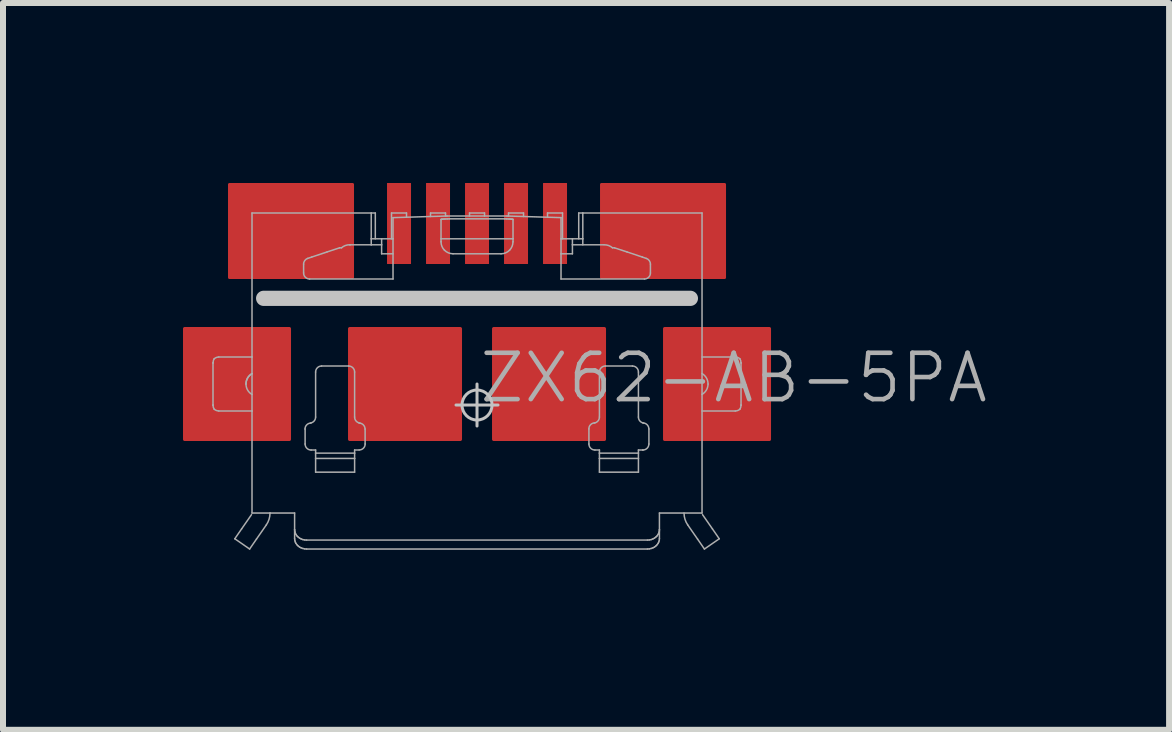
<source format=kicad_pcb>
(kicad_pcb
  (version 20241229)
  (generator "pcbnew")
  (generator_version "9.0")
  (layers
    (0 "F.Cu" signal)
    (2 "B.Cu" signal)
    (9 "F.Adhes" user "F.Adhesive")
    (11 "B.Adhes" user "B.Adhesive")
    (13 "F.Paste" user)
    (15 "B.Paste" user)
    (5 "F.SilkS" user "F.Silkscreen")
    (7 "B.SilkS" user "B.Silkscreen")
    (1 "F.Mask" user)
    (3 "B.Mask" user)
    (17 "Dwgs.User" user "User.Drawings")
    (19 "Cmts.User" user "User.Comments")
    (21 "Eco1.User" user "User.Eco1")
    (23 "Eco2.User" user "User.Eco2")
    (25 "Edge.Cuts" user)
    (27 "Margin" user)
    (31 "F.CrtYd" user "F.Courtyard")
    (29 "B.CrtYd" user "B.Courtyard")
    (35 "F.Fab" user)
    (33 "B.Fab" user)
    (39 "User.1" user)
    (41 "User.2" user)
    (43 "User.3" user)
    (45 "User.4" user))
  (footprint "ZX62-AB-5PA"
    (layer "F.Cu")
    (at 4.9 3.7)
    (property "Reference" "ZX62-AB-5PA" (at 0 0 180) (layer "F.Fab") (effects (font (size 0.772 0.772) (thickness 0.077)) (justify left bottom)))
    (attr through_hole)
    (fp_line (start -3.556 -1.778) (end 3.556 -1.778) (stroke (width 0.254) (type solid)) (layer "Dwgs.User"))
    (fp_line (start 0 -0.35) (end 0 0.35) (stroke (width 0.05) (type solid)) (layer "Dwgs.User"))
    (fp_line (start 0.35 0) (end -0.35 0) (stroke (width 0.05) (type solid)) (layer "Dwgs.User"))
    (fp_circle (center 0 0) (end 0.25 0) (stroke (width 0.05) (type solid)) (fill no) (layer "Dwgs.User"))
    (fp_line (start -4.4 0) (end -4.4 -0.7) (stroke (width 0.025) (type solid)) (layer "F.Fab"))
    (fp_line (start -4.304 -0.8) (end -3.75 -0.8) (stroke (width 0.025) (type solid)) (layer "F.Fab"))
    (fp_line (start -4.037 2.229) (end -3.79 2.4) (stroke (width 0.025) (type solid)) (layer "F.Fab"))
    (fp_line (start -3.923 2.064) (end -4.037 2.229) (stroke (width 0.025) (type solid)) (layer "F.Fab"))
    (fp_line (start -3.79 2.4) (end -3.676 2.235) (stroke (width 0.025) (type solid)) (layer "F.Fab"))
    (fp_line (start -3.759 1.828) (end -3.923 2.064) (stroke (width 0.025) (type solid)) (layer "F.Fab"))
    (fp_line (start -3.75 -3.2) (end -3.75 -0.8) (stroke (width 0.025) (type solid)) (layer "F.Fab"))
    (fp_line (start -3.75 -0.8) (end -3.75 -0.524) (stroke (width 0.025) (type solid)) (layer "F.Fab"))
    (fp_line (start -3.75 -0.524) (end -3.75 -0.523) (stroke (width 0.025) (type solid)) (layer "F.Fab"))
    (fp_line (start -3.75 -0.523) (end -3.75 0.1) (stroke (width 0.025) (type solid)) (layer "F.Fab"))
    (fp_line (start -3.75 0.1) (end -4.304 0.1) (stroke (width 0.025) (type solid)) (layer "F.Fab"))
    (fp_line (start -3.75 0.1) (end -3.75 1.8) (stroke (width 0.025) (type solid)) (layer "F.Fab"))
    (fp_line (start -3.75 1.8) (end -3.45 1.8) (stroke (width 0.025) (type solid)) (layer "F.Fab"))
    (fp_line (start -3.676 2.235) (end -3.512 1.999) (stroke (width 0.025) (type solid)) (layer "F.Fab"))
    (fp_line (start -3.45 1.8) (end -3.04 1.8) (stroke (width 0.025) (type solid)) (layer "F.Fab"))
    (fp_line (start -3.04 1.8) (end -3.04 2.077) (stroke (width 0.025) (type solid)) (layer "F.Fab"))
    (fp_line (start -3.04 2.077) (end -3.04 2.226) (stroke (width 0.025) (type solid)) (layer "F.Fab"))
    (fp_line (start -3.04 2.226) (end -3.037 2.253) (stroke (width 0.025) (type solid)) (layer "F.Fab"))
    (fp_line (start -3.037 2.105) (end -3.04 2.077) (stroke (width 0.025) (type solid)) (layer "F.Fab"))
    (fp_line (start -3.037 2.253) (end -3.03 2.28) (stroke (width 0.025) (type solid)) (layer "F.Fab"))
    (fp_line (start -3.03 2.131) (end -3.037 2.105) (stroke (width 0.025) (type solid)) (layer "F.Fab"))
    (fp_line (start -3.03 2.28) (end -3.018 2.305) (stroke (width 0.025) (type solid)) (layer "F.Fab"))
    (fp_line (start -3.018 2.156) (end -3.03 2.131) (stroke (width 0.025) (type solid)) (layer "F.Fab"))
    (fp_line (start -3.018 2.305) (end -3.002 2.328) (stroke (width 0.025) (type solid)) (layer "F.Fab"))
    (fp_line (start -3.002 2.18) (end -3.018 2.156) (stroke (width 0.025) (type solid)) (layer "F.Fab"))
    (fp_line (start -3.002 2.328) (end -2.981 2.349) (stroke (width 0.025) (type solid)) (layer "F.Fab"))
    (fp_line (start -2.981 2.2) (end -3.002 2.18) (stroke (width 0.025) (type solid)) (layer "F.Fab"))
    (fp_line (start -2.981 2.349) (end -2.958 2.367) (stroke (width 0.025) (type solid)) (layer "F.Fab"))
    (fp_line (start -2.958 2.218) (end -2.981 2.2) (stroke (width 0.025) (type solid)) (layer "F.Fab"))
    (fp_line (start -2.958 2.367) (end -2.931 2.381) (stroke (width 0.025) (type solid)) (layer "F.Fab"))
    (fp_line (start -2.931 2.232) (end -2.958 2.218) (stroke (width 0.025) (type solid)) (layer "F.Fab"))
    (fp_line (start -2.931 2.381) (end -2.902 2.391) (stroke (width 0.025) (type solid)) (layer "F.Fab"))
    (fp_line (start -2.902 2.243) (end -2.931 2.232) (stroke (width 0.025) (type solid)) (layer "F.Fab"))
    (fp_line (start -2.902 2.391) (end -2.871 2.398) (stroke (width 0.025) (type solid)) (layer "F.Fab"))
    (fp_line (start -2.89 -2.348) (end -2.89 -2.2) (stroke (width 0.025) (type solid)) (layer "F.Fab"))
    (fp_line (start -2.871 2.249) (end -2.902 2.243) (stroke (width 0.025) (type solid)) (layer "F.Fab"))
    (fp_line (start -2.871 2.398) (end -2.84 2.4) (stroke (width 0.025) (type solid)) (layer "F.Fab"))
    (fp_line (start -2.865 0.65) (end -2.865 0.4) (stroke (width 0.025) (type solid)) (layer "F.Fab"))
    (fp_line (start -2.84 2.251) (end -2.871 2.249) (stroke (width 0.025) (type solid)) (layer "F.Fab"))
    (fp_line (start -2.84 2.4) (end 2.84 2.4) (stroke (width 0.025) (type solid)) (layer "F.Fab"))
    (fp_line (start -2.79 -2.1) (end -1.4 -2.1) (stroke (width 0.025) (type solid)) (layer "F.Fab"))
    (fp_line (start -2.755 -2.466) (end -2.822 -2.443) (stroke (width 0.025) (type solid)) (layer "F.Fab"))
    (fp_line (start -2.69 0.201) (end -2.69 -0.55) (stroke (width 0.025) (type solid)) (layer "F.Fab"))
    (fp_line (start -2.69 0.75) (end -2.765 0.75) (stroke (width 0.025) (type solid)) (layer "F.Fab"))
    (fp_line (start -2.69 0.802) (end -2.69 0.75) (stroke (width 0.025) (type solid)) (layer "F.Fab"))
    (fp_line (start -2.69 0.89) (end -2.69 0.802) (stroke (width 0.025) (type solid)) (layer "F.Fab"))
    (fp_line (start -2.69 1.119) (end -2.69 0.89) (stroke (width 0.025) (type solid)) (layer "F.Fab"))
    (fp_line (start -2.59 -0.65) (end -2.14 -0.65) (stroke (width 0.025) (type solid)) (layer "F.Fab"))
    (fp_line (start -2.5 -2.551) (end -2.755 -2.466) (stroke (width 0.025) (type solid)) (layer "F.Fab"))
    (fp_line (start -2.29 -2.62) (end -2.5 -2.551) (stroke (width 0.025) (type solid)) (layer "F.Fab"))
    (fp_line (start -2.258 -2.62) (end -2.29 -2.62) (stroke (width 0.025) (type solid)) (layer "F.Fab"))
    (fp_line (start -2.04 -0.55) (end -2.04 0.201) (stroke (width 0.025) (type solid)) (layer "F.Fab"))
    (fp_line (start -2.04 0.75) (end -2.04 0.802) (stroke (width 0.025) (type solid)) (layer "F.Fab"))
    (fp_line (start -2.04 0.802) (end -2.69 0.802) (stroke (width 0.025) (type solid)) (layer "F.Fab"))
    (fp_line (start -2.04 0.802) (end -2.04 0.89) (stroke (width 0.025) (type solid)) (layer "F.Fab"))
    (fp_line (start -2.04 0.89) (end -2.69 0.89) (stroke (width 0.025) (type solid)) (layer "F.Fab"))
    (fp_line (start -2.04 0.89) (end -2.04 1.119) (stroke (width 0.025) (type solid)) (layer "F.Fab"))
    (fp_line (start -2.04 1.119) (end -2.69 1.119) (stroke (width 0.025) (type solid)) (layer "F.Fab"))
    (fp_line (start -1.965 0.75) (end -2.04 0.75) (stroke (width 0.025) (type solid)) (layer "F.Fab"))
    (fp_line (start -1.865 0.4) (end -1.865 0.65) (stroke (width 0.025) (type solid)) (layer "F.Fab"))
    (fp_line (start -1.763 -3.2) (end -3.75 -3.2) (stroke (width 0.025) (type solid)) (layer "F.Fab"))
    (fp_line (start -1.763 -3.2) (end -1.695 -3.2) (stroke (width 0.025) (type solid)) (layer "F.Fab"))
    (fp_line (start -1.763 -2.77) (end -1.763 -3.2) (stroke (width 0.025) (type solid)) (layer "F.Fab"))
    (fp_line (start -1.763 -2.77) (end -1.763 -2.67) (stroke (width 0.025) (type solid)) (layer "F.Fab"))
    (fp_line (start -1.763 -2.77) (end -1.59 -2.77) (stroke (width 0.025) (type solid)) (layer "F.Fab"))
    (fp_line (start -1.763 -2.67) (end -2.112 -2.67) (stroke (width 0.025) (type solid)) (layer "F.Fab"))
    (fp_line (start -1.695 -3.2) (end -1.695 -2.77) (stroke (width 0.025) (type solid)) (layer "F.Fab"))
    (fp_line (start -1.59 -2.77) (end -1.59 -2.67) (stroke (width 0.025) (type solid)) (layer "F.Fab"))
    (fp_line (start -1.59 -2.77) (end -1.4 -2.77) (stroke (width 0.025) (type solid)) (layer "F.Fab"))
    (fp_line (start -1.59 -2.67) (end -1.763 -2.67) (stroke (width 0.025) (type solid)) (layer "F.Fab"))
    (fp_line (start -1.59 -2.52) (end -1.59 -2.67) (stroke (width 0.025) (type solid)) (layer "F.Fab"))
    (fp_line (start -1.425 -3.2) (end -1.175 -3.2) (stroke (width 0.025) (type solid)) (layer "F.Fab"))
    (fp_line (start -1.425 -2.77) (end -1.425 -3.2) (stroke (width 0.025) (type solid)) (layer "F.Fab"))
    (fp_line (start -1.4 -3.123) (end -1.4 -2.77) (stroke (width 0.025) (type solid)) (layer "F.Fab"))
    (fp_line (start -1.4 -2.52) (end -1.59 -2.52) (stroke (width 0.025) (type solid)) (layer "F.Fab"))
    (fp_line (start -1.4 -2.1) (end -1.4 -2.77) (stroke (width 0.025) (type solid)) (layer "F.Fab"))
    (fp_line (start -1.175 -3.13) (end -1.175 -3.2) (stroke (width 0.025) (type solid)) (layer "F.Fab"))
    (fp_line (start -0.775 -3.2) (end -0.775 -3.142) (stroke (width 0.025) (type solid)) (layer "F.Fab"))
    (fp_line (start -0.775 -3.2) (end -0.525 -3.2) (stroke (width 0.025) (type solid)) (layer "F.Fab"))
    (fp_line (start -0.6 -3.092) (end -0.597 -3.094) (stroke (width 0.025) (type solid)) (layer "F.Fab"))
    (fp_line (start -0.6 -2.77) (end -0.6 -3.092) (stroke (width 0.025) (type solid)) (layer "F.Fab"))
    (fp_line (start -0.6 -2.77) (end 0.6 -2.77) (stroke (width 0.025) (type solid)) (layer "F.Fab"))
    (fp_line (start -0.6 -2.72) (end -0.6 -2.77) (stroke (width 0.025) (type solid)) (layer "F.Fab"))
    (fp_line (start -0.597 -3.094) (end -0.59 -3.096) (stroke (width 0.025) (type solid)) (layer "F.Fab"))
    (fp_line (start -0.59 -3.096) (end -0.578 -3.097) (stroke (width 0.025) (type solid)) (layer "F.Fab"))
    (fp_line (start -0.578 -3.097) (end -0.562 -3.099) (stroke (width 0.025) (type solid)) (layer "F.Fab"))
    (fp_line (start -0.562 -3.099) (end -0.541 -3.1) (stroke (width 0.025) (type solid)) (layer "F.Fab"))
    (fp_line (start -0.541 -3.1) (end -0.518 -3.101) (stroke (width 0.025) (type solid)) (layer "F.Fab"))
    (fp_line (start -0.525 -3.15) (end -0.525 -3.2) (stroke (width 0.025) (type solid)) (layer "F.Fab"))
    (fp_line (start -0.518 -3.101) (end -0.491 -3.102) (stroke (width 0.025) (type solid)) (layer "F.Fab"))
    (fp_line (start -0.5 -3.15) (end -1.4 -3.123) (stroke (width 0.025) (type solid)) (layer "F.Fab"))
    (fp_line (start -0.491 -3.102) (end -0.462 -3.103) (stroke (width 0.025) (type solid)) (layer "F.Fab"))
    (fp_line (start -0.462 -3.103) (end 0.462 -3.103) (stroke (width 0.025) (type solid)) (layer "F.Fab"))
    (fp_line (start -0.125 -3.2) (end -0.125 -3.15) (stroke (width 0.025) (type solid)) (layer "F.Fab"))
    (fp_line (start -0.125 -3.2) (end 0.125 -3.2) (stroke (width 0.025) (type solid)) (layer "F.Fab"))
    (fp_line (start 0.125 -3.15) (end 0.125 -3.2) (stroke (width 0.025) (type solid)) (layer "F.Fab"))
    (fp_line (start 0.4 -2.52) (end -0.4 -2.52) (stroke (width 0.025) (type solid)) (layer "F.Fab"))
    (fp_line (start 0.462 -3.103) (end 0.491 -3.102) (stroke (width 0.025) (type solid)) (layer "F.Fab"))
    (fp_line (start 0.491 -3.102) (end 0.518 -3.101) (stroke (width 0.025) (type solid)) (layer "F.Fab"))
    (fp_line (start 0.5 -3.15) (end -0.5 -3.15) (stroke (width 0.025) (type solid)) (layer "F.Fab"))
    (fp_line (start 0.518 -3.101) (end 0.541 -3.1) (stroke (width 0.025) (type solid)) (layer "F.Fab"))
    (fp_line (start 0.525 -3.2) (end 0.525 -3.15) (stroke (width 0.025) (type solid)) (layer "F.Fab"))
    (fp_line (start 0.525 -3.2) (end 0.775 -3.2) (stroke (width 0.025) (type solid)) (layer "F.Fab"))
    (fp_line (start 0.541 -3.1) (end 0.562 -3.099) (stroke (width 0.025) (type solid)) (layer "F.Fab"))
    (fp_line (start 0.562 -3.099) (end 0.578 -3.097) (stroke (width 0.025) (type solid)) (layer "F.Fab"))
    (fp_line (start 0.578 -3.097) (end 0.59 -3.096) (stroke (width 0.025) (type solid)) (layer "F.Fab"))
    (fp_line (start 0.59 -3.096) (end 0.598 -3.094) (stroke (width 0.025) (type solid)) (layer "F.Fab"))
    (fp_line (start 0.598 -3.094) (end 0.6 -3.092) (stroke (width 0.025) (type solid)) (layer "F.Fab"))
    (fp_line (start 0.6 -3.092) (end 0.6 -2.77) (stroke (width 0.025) (type solid)) (layer "F.Fab"))
    (fp_line (start 0.6 -2.77) (end 0.6 -2.72) (stroke (width 0.025) (type solid)) (layer "F.Fab"))
    (fp_line (start 0.775 -3.142) (end 0.775 -3.2) (stroke (width 0.025) (type solid)) (layer "F.Fab"))
    (fp_line (start 1.175 -3.2) (end 1.175 -3.13) (stroke (width 0.025) (type solid)) (layer "F.Fab"))
    (fp_line (start 1.175 -3.2) (end 1.425 -3.2) (stroke (width 0.025) (type solid)) (layer "F.Fab"))
    (fp_line (start 1.4 -3.123) (end 0.5 -3.15) (stroke (width 0.025) (type solid)) (layer "F.Fab"))
    (fp_line (start 1.4 -2.77) (end 1.4 -3.123) (stroke (width 0.025) (type solid)) (layer "F.Fab"))
    (fp_line (start 1.4 -2.77) (end 1.59 -2.77) (stroke (width 0.025) (type solid)) (layer "F.Fab"))
    (fp_line (start 1.4 -2.52) (end 1.4 -2.77) (stroke (width 0.025) (type solid)) (layer "F.Fab"))
    (fp_line (start 1.4 -2.1) (end 1.4 -2.52) (stroke (width 0.025) (type solid)) (layer "F.Fab"))
    (fp_line (start 1.425 -3.2) (end 1.425 -2.77) (stroke (width 0.025) (type solid)) (layer "F.Fab"))
    (fp_line (start 1.59 -2.77) (end 1.59 -2.67) (stroke (width 0.025) (type solid)) (layer "F.Fab"))
    (fp_line (start 1.59 -2.67) (end 1.59 -2.52) (stroke (width 0.025) (type solid)) (layer "F.Fab"))
    (fp_line (start 1.59 -2.67) (end 2.112 -2.67) (stroke (width 0.025) (type solid)) (layer "F.Fab"))
    (fp_line (start 1.59 -2.52) (end 1.4 -2.52) (stroke (width 0.025) (type solid)) (layer "F.Fab"))
    (fp_line (start 1.695 -3.2) (end 1.695 -2.77) (stroke (width 0.025) (type solid)) (layer "F.Fab"))
    (fp_line (start 1.763 -3.2) (end 1.695 -3.2) (stroke (width 0.025) (type solid)) (layer "F.Fab"))
    (fp_line (start 1.763 -3.2) (end 1.763 -2.77) (stroke (width 0.025) (type solid)) (layer "F.Fab"))
    (fp_line (start 1.763 -2.77) (end 1.59 -2.77) (stroke (width 0.025) (type solid)) (layer "F.Fab"))
    (fp_line (start 1.763 -2.77) (end 1.763 -2.67) (stroke (width 0.025) (type solid)) (layer "F.Fab"))
    (fp_line (start 1.865 0.65) (end 1.865 0.4) (stroke (width 0.025) (type solid)) (layer "F.Fab"))
    (fp_line (start 2.04 0.201) (end 2.04 -0.55) (stroke (width 0.025) (type solid)) (layer "F.Fab"))
    (fp_line (start 2.04 0.75) (end 1.965 0.75) (stroke (width 0.025) (type solid)) (layer "F.Fab"))
    (fp_line (start 2.04 0.802) (end 2.04 0.75) (stroke (width 0.025) (type solid)) (layer "F.Fab"))
    (fp_line (start 2.04 0.802) (end 2.69 0.802) (stroke (width 0.025) (type solid)) (layer "F.Fab"))
    (fp_line (start 2.04 0.89) (end 2.04 0.802) (stroke (width 0.025) (type solid)) (layer "F.Fab"))
    (fp_line (start 2.04 0.89) (end 2.69 0.89) (stroke (width 0.025) (type solid)) (layer "F.Fab"))
    (fp_line (start 2.04 1.119) (end 2.04 0.89) (stroke (width 0.025) (type solid)) (layer "F.Fab"))
    (fp_line (start 2.14 -0.65) (end 2.59 -0.65) (stroke (width 0.025) (type solid)) (layer "F.Fab"))
    (fp_line (start 2.258 -2.62) (end 2.29 -2.62) (stroke (width 0.025) (type solid)) (layer "F.Fab"))
    (fp_line (start 2.29 -2.62) (end 2.5 -2.551) (stroke (width 0.025) (type solid)) (layer "F.Fab"))
    (fp_line (start 2.5 -2.551) (end 2.755 -2.466) (stroke (width 0.025) (type solid)) (layer "F.Fab"))
    (fp_line (start 2.69 -0.55) (end 2.69 0.201) (stroke (width 0.025) (type solid)) (layer "F.Fab"))
    (fp_line (start 2.69 0.75) (end 2.69 0.802) (stroke (width 0.025) (type solid)) (layer "F.Fab"))
    (fp_line (start 2.69 0.802) (end 2.69 0.89) (stroke (width 0.025) (type solid)) (layer "F.Fab"))
    (fp_line (start 2.69 0.89) (end 2.69 1.119) (stroke (width 0.025) (type solid)) (layer "F.Fab"))
    (fp_line (start 2.69 1.119) (end 2.04 1.119) (stroke (width 0.025) (type solid)) (layer "F.Fab"))
    (fp_line (start 2.755 -2.466) (end 2.822 -2.443) (stroke (width 0.025) (type solid)) (layer "F.Fab"))
    (fp_line (start 2.764 0.75) (end 2.69 0.75) (stroke (width 0.025) (type solid)) (layer "F.Fab"))
    (fp_line (start 2.765 0.75) (end 2.764 0.75) (stroke (width 0.025) (type solid)) (layer "F.Fab"))
    (fp_line (start 2.79 -2.1) (end 1.4 -2.1) (stroke (width 0.025) (type solid)) (layer "F.Fab"))
    (fp_line (start 2.84 2.251) (end -2.84 2.251) (stroke (width 0.025) (type solid)) (layer "F.Fab"))
    (fp_line (start 2.84 2.4) (end 2.871 2.398) (stroke (width 0.025) (type solid)) (layer "F.Fab"))
    (fp_line (start 2.865 0.4) (end 2.865 0.65) (stroke (width 0.025) (type solid)) (layer "F.Fab"))
    (fp_line (start 2.871 2.249) (end 2.84 2.251) (stroke (width 0.025) (type solid)) (layer "F.Fab"))
    (fp_line (start 2.871 2.398) (end 2.902 2.391) (stroke (width 0.025) (type solid)) (layer "F.Fab"))
    (fp_line (start 2.89 -2.348) (end 2.89 -2.2) (stroke (width 0.025) (type solid)) (layer "F.Fab"))
    (fp_line (start 2.902 2.243) (end 2.871 2.249) (stroke (width 0.025) (type solid)) (layer "F.Fab"))
    (fp_line (start 2.902 2.391) (end 2.931 2.381) (stroke (width 0.025) (type solid)) (layer "F.Fab"))
    (fp_line (start 2.931 2.232) (end 2.902 2.243) (stroke (width 0.025) (type solid)) (layer "F.Fab"))
    (fp_line (start 2.931 2.381) (end 2.958 2.367) (stroke (width 0.025) (type solid)) (layer "F.Fab"))
    (fp_line (start 2.958 2.218) (end 2.931 2.232) (stroke (width 0.025) (type solid)) (layer "F.Fab"))
    (fp_line (start 2.958 2.367) (end 2.981 2.349) (stroke (width 0.025) (type solid)) (layer "F.Fab"))
    (fp_line (start 2.981 2.2) (end 2.958 2.218) (stroke (width 0.025) (type solid)) (layer "F.Fab"))
    (fp_line (start 2.981 2.349) (end 3.002 2.328) (stroke (width 0.025) (type solid)) (layer "F.Fab"))
    (fp_line (start 3.002 2.18) (end 2.981 2.2) (stroke (width 0.025) (type solid)) (layer "F.Fab"))
    (fp_line (start 3.002 2.328) (end 3.018 2.305) (stroke (width 0.025) (type solid)) (layer "F.Fab"))
    (fp_line (start 3.018 2.156) (end 3.002 2.18) (stroke (width 0.025) (type solid)) (layer "F.Fab"))
    (fp_line (start 3.018 2.305) (end 3.03 2.28) (stroke (width 0.025) (type solid)) (layer "F.Fab"))
    (fp_line (start 3.03 2.131) (end 3.018 2.156) (stroke (width 0.025) (type solid)) (layer "F.Fab"))
    (fp_line (start 3.03 2.28) (end 3.038 2.253) (stroke (width 0.025) (type solid)) (layer "F.Fab"))
    (fp_line (start 3.038 2.105) (end 3.03 2.131) (stroke (width 0.025) (type solid)) (layer "F.Fab"))
    (fp_line (start 3.038 2.253) (end 3.04 2.226) (stroke (width 0.025) (type solid)) (layer "F.Fab"))
    (fp_line (start 3.04 1.8) (end 3.75 1.8) (stroke (width 0.025) (type solid)) (layer "F.Fab"))
    (fp_line (start 3.04 2.077) (end 3.038 2.105) (stroke (width 0.025) (type solid)) (layer "F.Fab"))
    (fp_line (start 3.04 2.077) (end 3.04 1.8) (stroke (width 0.025) (type solid)) (layer "F.Fab"))
    (fp_line (start 3.04 2.226) (end 3.04 2.077) (stroke (width 0.025) (type solid)) (layer "F.Fab"))
    (fp_line (start 3.512 1.999) (end 3.676 2.235) (stroke (width 0.025) (type solid)) (layer "F.Fab"))
    (fp_line (start 3.676 2.235) (end 3.79 2.4) (stroke (width 0.025) (type solid)) (layer "F.Fab"))
    (fp_line (start 3.75 -3.2) (end 1.763 -3.2) (stroke (width 0.025) (type solid)) (layer "F.Fab"))
    (fp_line (start 3.75 -0.8) (end 4.304 -0.8) (stroke (width 0.025) (type solid)) (layer "F.Fab"))
    (fp_line (start 3.75 1.8) (end 3.75 -3.2) (stroke (width 0.025) (type solid)) (layer "F.Fab"))
    (fp_line (start 3.79 2.4) (end 4.037 2.229) (stroke (width 0.025) (type solid)) (layer "F.Fab"))
    (fp_line (start 3.923 2.064) (end 3.759 1.828) (stroke (width 0.025) (type solid)) (layer "F.Fab"))
    (fp_line (start 4.037 2.229) (end 3.923 2.064) (stroke (width 0.025) (type solid)) (layer "F.Fab"))
    (fp_line (start 4.304 0.1) (end 3.75 0.1) (stroke (width 0.025) (type solid)) (layer "F.Fab"))
    (fp_line (start 4.4 -0.7) (end 4.4 0) (stroke (width 0.025) (type solid)) (layer "F.Fab"))
    (fp_arc (start -4.400103 -0.700003) (mid -4.40006 -0.701502) (end -4.4 -0.703) (stroke (width 0.025) (type solid)) (layer "F.Fab"))
    (fp_arc (start -4.400015 0.002) (mid -4.400011 0.001) (end -4.4 0) (stroke (width 0.025) (type solid)) (layer "F.Fab"))
    (fp_arc (start -4.399471 -0.703) (mid -4.394507 -0.738366) (end -4.38 -0.771) (stroke (width 0.025) (type solid)) (layer "F.Fab"))
    (fp_arc (start -4.380446 0.070278) (mid -4.395014 0.037511) (end -4.4 0.002) (stroke (width 0.025) (type solid)) (layer "F.Fab"))
    (fp_arc (start -4.379915 -0.770895) (mid -4.344409 -0.791843) (end -4.304 -0.8) (stroke (width 0.025) (type solid)) (layer "F.Fab"))
    (fp_arc (start -4.304003 0.099135) (mid -4.344456 0.09097) (end -4.38 0.07) (stroke (width 0.025) (type solid)) (layer "F.Fab"))
    (fp_arc (start -3.850687 -0.349999) (mid -3.823701 -0.450516) (end -3.75 -0.524) (stroke (width 0.025) (type solid)) (layer "F.Fab"))
    (fp_arc (start -3.849821 -0.349999) (mid -3.823076 -0.449866) (end -3.75 -0.523) (stroke (width 0.025) (type solid)) (layer "F.Fab"))
    (fp_arc (start -3.75009 -0.175842) (mid -3.823482 -0.249476) (end -3.85 -0.35) (stroke (width 0.025) (type solid)) (layer "F.Fab"))
    (fp_arc (start -3.449934 1.8) (mid -3.465811 1.904227) (end -3.512 1.999) (stroke (width 0.025) (type solid)) (layer "F.Fab"))
    (fp_arc (start -2.890242 -2.347999) (mid -2.871414 -2.406485) (end -2.822 -2.443) (stroke (width 0.025) (type solid)) (layer "F.Fab"))
    (fp_arc (start -2.867 0.401) (mid -2.837711 0.330289) (end -2.767 0.301) (stroke (width 0.025) (type solid)) (layer "F.Fab"))
    (fp_arc (start -2.79 -2.1) (mid -2.860711 -2.129289) (end -2.89 -2.2) (stroke (width 0.025) (type solid)) (layer "F.Fab"))
    (fp_arc (start -2.765 0.75) (mid -2.835711 0.720711) (end -2.865 0.65) (stroke (width 0.025) (type solid)) (layer "F.Fab"))
    (fp_arc (start -2.690148 0.201) (mid -2.714939 0.266849) (end -2.777 0.3) (stroke (width 0.025) (type solid)) (layer "F.Fab"))
    (fp_arc (start -2.69 -0.55) (mid -2.660711 -0.620711) (end -2.59 -0.65) (stroke (width 0.025) (type solid)) (layer "F.Fab"))
    (fp_arc (start -2.258584 -2.620514) (mid -2.194808 -2.657974) (end -2.122 -2.671) (stroke (width 0.025) (type solid)) (layer "F.Fab"))
    (fp_arc (start -2.14 -0.65) (mid -2.069289 -0.620711) (end -2.04 -0.55) (stroke (width 0.025) (type solid)) (layer "F.Fab"))
    (fp_arc (start -2.122 -2.67024) (mid -2.116999 -2.67018) (end -2.112 -2.67) (stroke (width 0.025) (type solid)) (layer "F.Fab"))
    (fp_arc (start -1.966 0.301) (mid -1.895289 0.330289) (end -1.866 0.401) (stroke (width 0.025) (type solid)) (layer "F.Fab"))
    (fp_arc (start -1.952033 0.300271) (mid -2.014843 0.267319) (end -2.04 0.201) (stroke (width 0.025) (type solid)) (layer "F.Fab"))
    (fp_arc (start -1.864 0.649) (mid -1.893289 0.719711) (end -1.964 0.749) (stroke (width 0.025) (type solid)) (layer "F.Fab"))
    (fp_arc (start -0.542421 -2.579583) (mid -0.585046 -2.644118) (end -0.6 -2.72) (stroke (width 0.025) (type solid)) (layer "F.Fab"))
    (fp_arc (start -0.4 -2.520589) (mid -0.476964 -2.536041) (end -0.542 -2.58) (stroke (width 0.025) (type solid)) (layer "F.Fab"))
    (fp_arc (start 0.542421 -2.579584) (mid 0.477191 -2.535496) (end 0.4 -2.52) (stroke (width 0.025) (type solid)) (layer "F.Fab"))
    (fp_arc (start 0.599408 -2.72) (mid 0.584499 -2.644343) (end 0.542 -2.58) (stroke (width 0.025) (type solid)) (layer "F.Fab"))
    (fp_arc (start 1.864 0.398) (mid 1.893289 0.327289) (end 1.964 0.298) (stroke (width 0.025) (type solid)) (layer "F.Fab"))
    (fp_arc (start 1.965 0.75) (mid 1.894289 0.720711) (end 1.865 0.65) (stroke (width 0.025) (type solid)) (layer "F.Fab"))
    (fp_arc (start 2.039851 0.200999) (mid 2.015061 0.266848) (end 1.953 0.3) (stroke (width 0.025) (type solid)) (layer "F.Fab"))
    (fp_arc (start 2.04 -0.55) (mid 2.069289 -0.620711) (end 2.14 -0.65) (stroke (width 0.025) (type solid)) (layer "F.Fab"))
    (fp_arc (start 2.122 -2.670228) (mid 2.19449 -2.65727) (end 2.258 -2.62) (stroke (width 0.025) (type solid)) (layer "F.Fab"))
    (fp_arc (start 2.59 -0.65) (mid 2.660711 -0.620711) (end 2.69 -0.55) (stroke (width 0.025) (type solid)) (layer "F.Fab"))
    (fp_arc (start 2.764 0.299) (mid 2.834711 0.328289) (end 2.864 0.399) (stroke (width 0.025) (type solid)) (layer "F.Fab"))
    (fp_arc (start 2.777966 0.300269) (mid 2.715157 0.267317) (end 2.69 0.201) (stroke (width 0.025) (type solid)) (layer "F.Fab"))
    (fp_arc (start 2.82192 -2.442768) (mid 2.871215 -2.406343) (end 2.89 -2.348) (stroke (width 0.025) (type solid)) (layer "F.Fab"))
    (fp_arc (start 2.864 0.65) (mid 2.834711 0.720711) (end 2.764 0.75) (stroke (width 0.025) (type solid)) (layer "F.Fab"))
    (fp_arc (start 2.89 -2.2) (mid 2.860711 -2.129289) (end 2.79 -2.1) (stroke (width 0.025) (type solid)) (layer "F.Fab"))
    (fp_arc (start 3.512053 1.998961) (mid 3.465873 1.904206) (end 3.45 1.8) (stroke (width 0.025) (type solid)) (layer "F.Fab"))
    (fp_arc (start 3.750089 -0.524156) (mid 3.823482 -0.450524) (end 3.85 -0.35) (stroke (width 0.025) (type solid)) (layer "F.Fab"))
    (fp_arc (start 3.84982 -0.350001) (mid 3.823076 -0.250134) (end 3.75 -0.177) (stroke (width 0.025) (type solid)) (layer "F.Fab"))
    (fp_arc (start 4.303992 -0.800781) (mid 4.345029 -0.792441) (end 4.381 -0.771) (stroke (width 0.025) (type solid)) (layer "F.Fab"))
    (fp_arc (start 4.380727 -0.770831) (mid 4.395088 -0.738258) (end 4.4 -0.703) (stroke (width 0.025) (type solid)) (layer "F.Fab"))
    (fp_arc (start 4.381143 0.070168) (mid 4.345109 0.091646) (end 4.304 0.1) (stroke (width 0.025) (type solid)) (layer "F.Fab"))
    (fp_arc (start 4.399984 0) (mid 4.399996 0.001) (end 4.4 0.002) (stroke (width 0.025) (type solid)) (layer "F.Fab"))
    (fp_arc (start 4.400034 -0.703) (mid 4.400026 -0.7015) (end 4.4 -0.7) (stroke (width 0.025) (type solid)) (layer "F.Fab"))
    (fp_arc (start 4.400321 0.001999) (mid 4.395397 0.037345) (end 4.381 0.07) (stroke (width 0.025) (type solid)) (layer "F.Fab"))
    (pad "1" smd roundrect (at -1.3 -3.025 180) (size 0.4 1.35) (layers "F.Cu" "F.Mask" "F.Paste") (roundrect_rratio 0.015))
    (pad "2" smd roundrect (at -0.65 -3.025 180) (size 0.4 1.35) (layers "F.Cu" "F.Mask" "F.Paste") (roundrect_rratio 0.015))
    (pad "3" smd roundrect (at 0 -3.025 180) (size 0.4 1.35) (layers "F.Cu" "F.Mask" "F.Paste") (roundrect_rratio 0.015))
    (pad "4" smd roundrect (at 0.65 -3.025 180) (size 0.4 1.35) (layers "F.Cu" "F.Mask" "F.Paste") (roundrect_rratio 0.015))
    (pad "5" smd roundrect (at 1.3 -3.025 180) (size 0.4 1.35) (layers "F.Cu" "F.Mask" "F.Paste") (roundrect_rratio 0.015))
    (pad "6" smd roundrect (at 3.1 -2.9 180) (size 2.1 1.6) (layers "F.Cu" "F.Mask" "F.Paste") (roundrect_rratio 0.015))
    (pad "7" smd roundrect (at 4 -0.35 180) (size 1.8 1.9) (layers "F.Cu" "F.Mask" "F.Paste") (roundrect_rratio 0.015))
    (pad "8" smd roundrect (at 1.2 -0.35 180) (size 1.9 1.9) (layers "F.Cu" "F.Mask" "F.Paste") (roundrect_rratio 0.015))
    (pad "9" smd roundrect (at -1.2 -0.35 180) (size 1.9 1.9) (layers "F.Cu" "F.Mask" "F.Paste") (roundrect_rratio 0.015))
    (pad "10" smd roundrect (at -4 -0.35 180) (size 1.8 1.9) (layers "F.Cu" "F.Mask" "F.Paste") (roundrect_rratio 0.015))
    (pad "11" smd roundrect (at -3.1 -2.9 180) (size 2.1 1.6) (layers "F.Cu" "F.Mask" "F.Paste") (roundrect_rratio 0.015)))
  (gr_rect
    (start -3 -3)
    (end 16.434 9.113)
    (stroke (width 0.1) (type default))
    (fill no)
    (layer "Edge.Cuts")))
</source>
